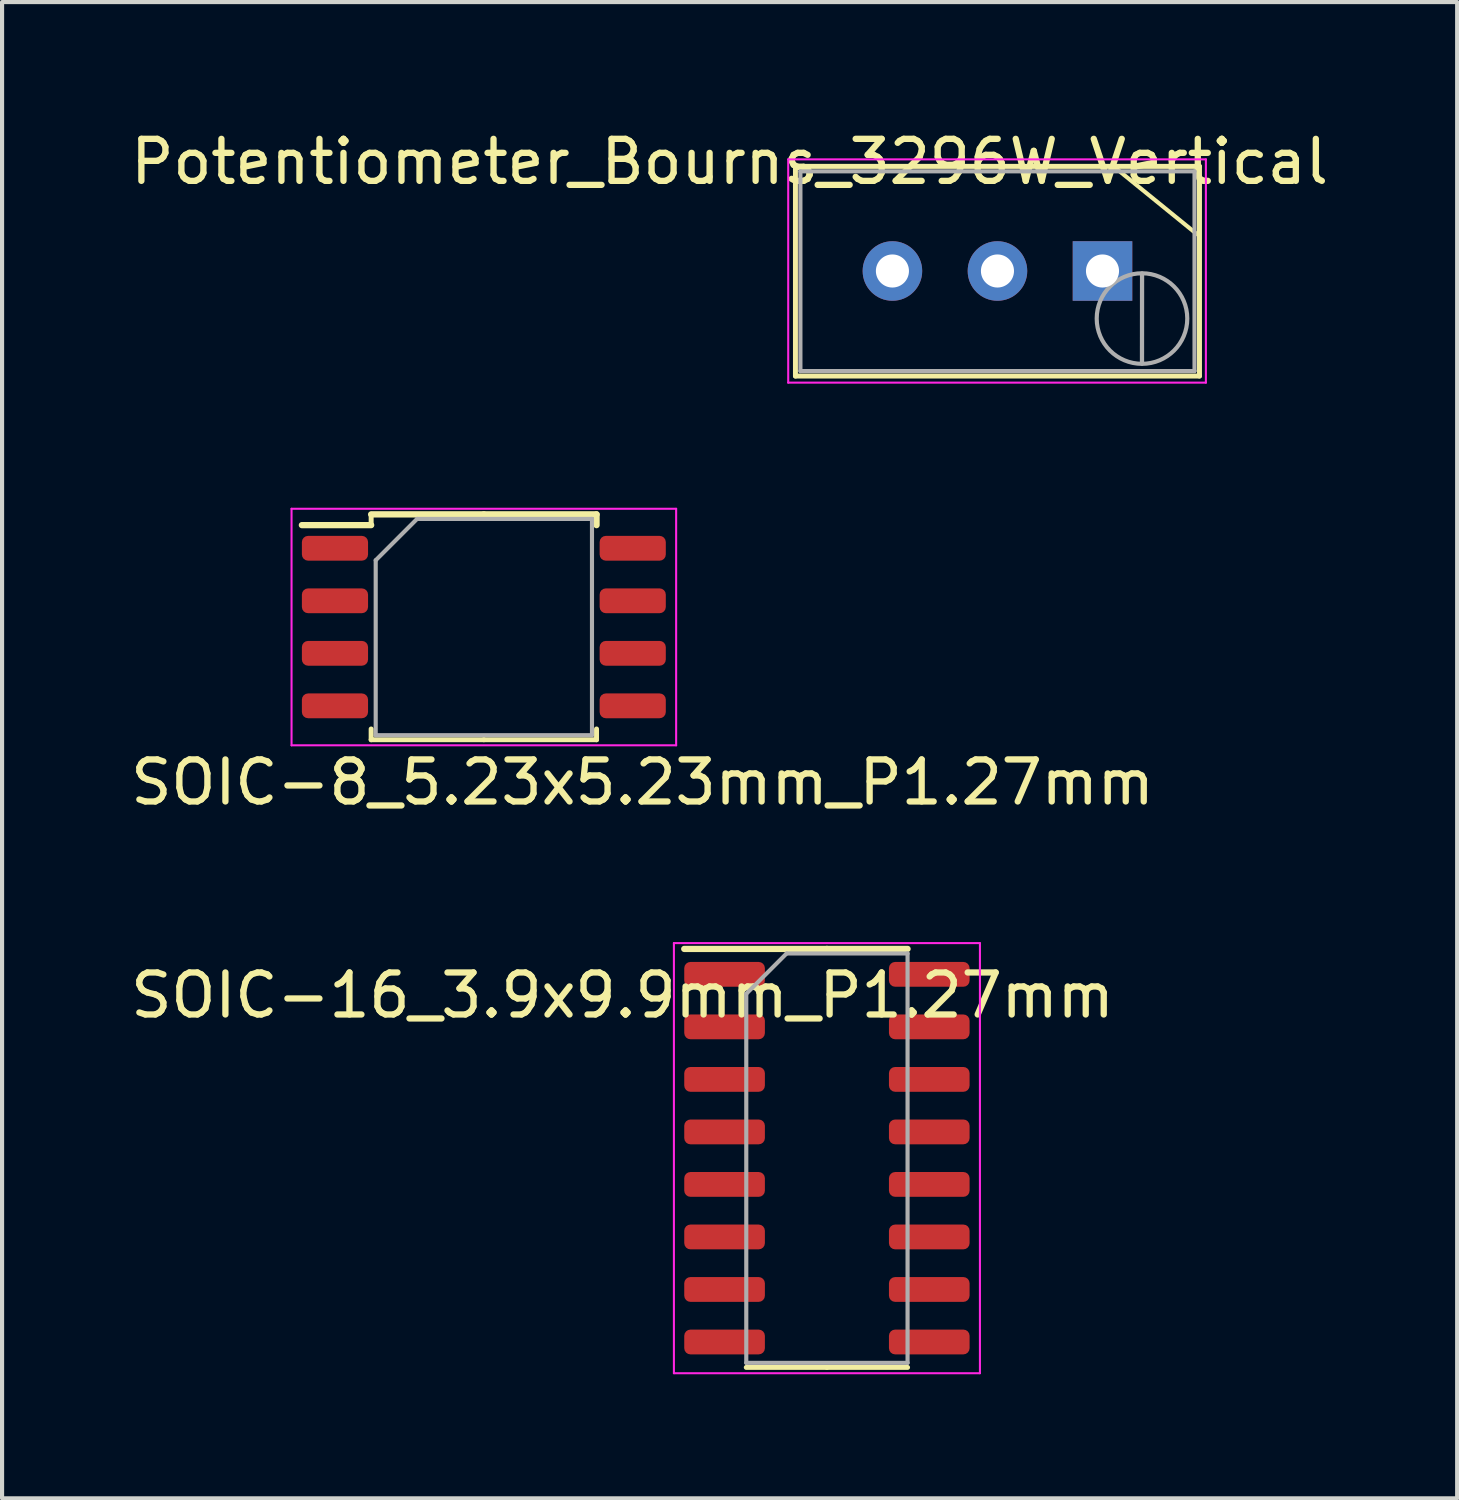
<source format=kicad_pcb>
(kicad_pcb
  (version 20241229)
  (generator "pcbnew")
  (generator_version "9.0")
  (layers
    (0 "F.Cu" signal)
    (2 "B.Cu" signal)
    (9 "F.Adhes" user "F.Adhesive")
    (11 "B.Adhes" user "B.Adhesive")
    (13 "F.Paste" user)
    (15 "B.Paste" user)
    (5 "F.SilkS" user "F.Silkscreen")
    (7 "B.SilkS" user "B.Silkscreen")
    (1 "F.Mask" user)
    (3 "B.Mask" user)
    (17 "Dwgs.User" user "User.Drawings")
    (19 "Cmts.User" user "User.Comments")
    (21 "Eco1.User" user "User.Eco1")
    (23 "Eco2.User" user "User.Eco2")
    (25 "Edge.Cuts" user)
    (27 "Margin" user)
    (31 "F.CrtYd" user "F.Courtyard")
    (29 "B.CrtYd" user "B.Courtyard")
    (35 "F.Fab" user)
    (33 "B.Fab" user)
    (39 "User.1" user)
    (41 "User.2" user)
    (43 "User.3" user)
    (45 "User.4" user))
  (footprint "Potentiometer_Bourns_3296W_Vertical"
    (layer "F.Cu")
    (at 23.61 3.503)
    (property "Reference" "Potentiometer_Bourns_3296W_Vertical" (at -9.017 -2.642 0) (layer "F.SilkS") (effects (font (size 1.016 1.016) (thickness 0.152))))
    (attr through_hole)
    (fp_line (start -7.425 -2.53) (end -7.425 2.54) (stroke (width 0.12) (type solid)) (layer "F.SilkS"))
    (fp_line (start -7.425 -2.53) (end 2.345 -2.53) (stroke (width 0.12) (type solid)) (layer "F.SilkS"))
    (fp_line (start -7.425 2.54) (end 2.345 2.54) (stroke (width 0.12) (type solid)) (layer "F.SilkS"))
    (fp_line (start 0.254 -2.54) (end 2.286 -0.889) (stroke (width 0.1) (type default)) (layer "F.SilkS"))
    (fp_line (start 2.345 -2.53) (end 2.345 2.54) (stroke (width 0.12) (type solid)) (layer "F.SilkS"))
    (fp_line (start -7.6 -2.7) (end -7.6 2.7) (stroke (width 0.05) (type solid)) (layer "F.CrtYd"))
    (fp_line (start -7.6 2.7) (end 2.5 2.7) (stroke (width 0.05) (type solid)) (layer "F.CrtYd"))
    (fp_line (start 2.5 -2.7) (end -7.6 -2.7) (stroke (width 0.05) (type solid)) (layer "F.CrtYd"))
    (fp_line (start 2.5 2.7) (end 2.5 -2.7) (stroke (width 0.05) (type solid)) (layer "F.CrtYd"))
    (fp_line (start -7.305 -2.41) (end -7.305 2.42) (stroke (width 0.1) (type solid)) (layer "F.Fab"))
    (fp_line (start -7.305 2.42) (end 2.225 2.42) (stroke (width 0.1) (type solid)) (layer "F.Fab"))
    (fp_line (start 0.955 2.235) (end 0.956 0.066) (stroke (width 0.1) (type solid)) (layer "F.Fab"))
    (fp_line (start 0.955 2.235) (end 0.956 0.066) (stroke (width 0.1) (type solid)) (layer "F.Fab"))
    (fp_line (start 2.225 -2.41) (end -7.305 -2.41) (stroke (width 0.1) (type solid)) (layer "F.Fab"))
    (fp_line (start 2.225 2.42) (end 2.225 -2.41) (stroke (width 0.1) (type solid)) (layer "F.Fab"))
    (fp_circle (center 0.955 1.15) (end 2.05 1.15) (stroke (width 0.1) (type solid)) (fill no) (layer "F.Fab"))
    (pad "1" thru_hole rect (at 0 0) (size 1.44 1.44) (drill 0.8) (layers "*.Cu" "*.Mask"))
    (pad "2" thru_hole circle (at -2.54 0) (size 1.44 1.44) (drill 0.8) (layers "*.Cu" "*.Mask"))
    (pad "3" thru_hole circle (at -5.08 0) (size 1.44 1.44) (drill 0.8) (layers "*.Cu" "*.Mask")))
  (footprint "SOIC-8_5.23x5.23mm_P1.27mm"
    (layer "F.Cu")
    (at 8.65 12.113)
    (property "Reference" "SOIC-8_5.23x5.23mm_P1.27mm" (at 3.838 3.755 180) (layer "F.SilkS") (effects (font (size 1.016 1.016) (thickness 0.152))))
    (attr smd)
    (fp_line (start -2.725 -2.725) (end -2.725 -2.465) (stroke (width 0.12) (type solid)) (layer "F.SilkS"))
    (fp_line (start -2.725 -2.465) (end -4.4 -2.465) (stroke (width 0.152) (type solid)) (layer "F.SilkS"))
    (fp_line (start -2.725 2.725) (end -2.725 2.465) (stroke (width 0.12) (type solid)) (layer "F.SilkS"))
    (fp_line (start 0 -2.725) (end -2.725 -2.725) (stroke (width 0.152) (type solid)) (layer "F.SilkS"))
    (fp_line (start 0 -2.725) (end 2.725 -2.725) (stroke (width 0.152) (type solid)) (layer "F.SilkS"))
    (fp_line (start 0 2.725) (end -2.725 2.725) (stroke (width 0.12) (type solid)) (layer "F.SilkS"))
    (fp_line (start 0 2.725) (end 2.725 2.725) (stroke (width 0.12) (type solid)) (layer "F.SilkS"))
    (fp_line (start 2.725 -2.725) (end 2.725 -2.465) (stroke (width 0.152) (type solid)) (layer "F.SilkS"))
    (fp_line (start 2.725 2.725) (end 2.725 2.465) (stroke (width 0.12) (type solid)) (layer "F.SilkS"))
    (fp_line (start -4.65 -2.86) (end -4.65 2.86) (stroke (width 0.05) (type solid)) (layer "F.CrtYd"))
    (fp_line (start -4.65 2.86) (end 4.65 2.86) (stroke (width 0.05) (type solid)) (layer "F.CrtYd"))
    (fp_line (start 4.65 -2.86) (end -4.65 -2.86) (stroke (width 0.05) (type solid)) (layer "F.CrtYd"))
    (fp_line (start 4.65 2.86) (end 4.65 -2.86) (stroke (width 0.05) (type solid)) (layer "F.CrtYd"))
    (fp_line (start -2.615 -1.615) (end -1.615 -2.615) (stroke (width 0.1) (type solid)) (layer "F.Fab"))
    (fp_line (start -2.615 2.615) (end -2.615 -1.615) (stroke (width 0.1) (type solid)) (layer "F.Fab"))
    (fp_line (start -1.615 -2.615) (end 2.615 -2.615) (stroke (width 0.1) (type solid)) (layer "F.Fab"))
    (fp_line (start 2.615 -2.615) (end 2.615 2.615) (stroke (width 0.1) (type solid)) (layer "F.Fab"))
    (fp_line (start 2.615 2.615) (end -2.615 2.615) (stroke (width 0.1) (type solid)) (layer "F.Fab"))
    (pad "1" smd roundrect (at -3.6 -1.905) (size 1.6 0.6) (layers "F.Cu" "F.Mask" "F.Paste") (roundrect_rratio 0.25))
    (pad "2" smd roundrect (at -3.6 -0.635) (size 1.6 0.6) (layers "F.Cu" "F.Mask" "F.Paste") (roundrect_rratio 0.25))
    (pad "3" smd roundrect (at -3.6 0.635) (size 1.6 0.6) (layers "F.Cu" "F.Mask" "F.Paste") (roundrect_rratio 0.25))
    (pad "4" smd roundrect (at -3.6 1.905) (size 1.6 0.6) (layers "F.Cu" "F.Mask" "F.Paste") (roundrect_rratio 0.25))
    (pad "5" smd roundrect (at 3.6 1.905) (size 1.6 0.6) (layers "F.Cu" "F.Mask" "F.Paste") (roundrect_rratio 0.25))
    (pad "6" smd roundrect (at 3.6 0.635) (size 1.6 0.6) (layers "F.Cu" "F.Mask" "F.Paste") (roundrect_rratio 0.25))
    (pad "7" smd roundrect (at 3.6 -0.635) (size 1.6 0.6) (layers "F.Cu" "F.Mask" "F.Paste") (roundrect_rratio 0.25))
    (pad "8" smd roundrect (at 3.6 -1.905) (size 1.6 0.6) (layers "F.Cu" "F.Mask" "F.Paste") (roundrect_rratio 0.25)))
  (footprint "SOIC-16_3.9x9.9mm_P1.27mm"
    (layer "F.Cu")
    (at 16.946 24.956)
    (property "Reference" "SOIC-16_3.9x9.9mm_P1.27mm" (at -4.942 -3.937 0) (layer "F.SilkS") (effects (font (size 1.016 1.016) (thickness 0.152))))
    (attr smd)
    (fp_line (start 0 -5.06) (end -3.45 -5.06) (stroke (width 0.152) (type solid)) (layer "F.SilkS"))
    (fp_line (start 0 -5.06) (end 1.95 -5.06) (stroke (width 0.152) (type solid)) (layer "F.SilkS"))
    (fp_line (start 0 5.06) (end -1.95 5.06) (stroke (width 0.12) (type solid)) (layer "F.SilkS"))
    (fp_line (start 0 5.06) (end 1.95 5.06) (stroke (width 0.12) (type solid)) (layer "F.SilkS"))
    (fp_line (start -3.7 -5.2) (end -3.7 5.2) (stroke (width 0.05) (type solid)) (layer "F.CrtYd"))
    (fp_line (start -3.7 5.2) (end 3.7 5.2) (stroke (width 0.05) (type solid)) (layer "F.CrtYd"))
    (fp_line (start 3.7 -5.2) (end -3.7 -5.2) (stroke (width 0.05) (type solid)) (layer "F.CrtYd"))
    (fp_line (start 3.7 5.2) (end 3.7 -5.2) (stroke (width 0.05) (type solid)) (layer "F.CrtYd"))
    (fp_line (start -1.95 -3.975) (end -0.975 -4.95) (stroke (width 0.1) (type solid)) (layer "F.Fab"))
    (fp_line (start -1.95 4.95) (end -1.95 -3.975) (stroke (width 0.1) (type solid)) (layer "F.Fab"))
    (fp_line (start -0.975 -4.95) (end 1.95 -4.95) (stroke (width 0.1) (type solid)) (layer "F.Fab"))
    (fp_line (start 1.95 -4.95) (end 1.95 4.95) (stroke (width 0.1) (type solid)) (layer "F.Fab"))
    (fp_line (start 1.95 4.95) (end -1.95 4.95) (stroke (width 0.1) (type solid)) (layer "F.Fab"))
    (pad "1" smd roundrect (at -2.475 -4.445) (size 1.95 0.6) (layers "F.Cu" "F.Mask" "F.Paste") (roundrect_rratio 0.25))
    (pad "2" smd roundrect (at -2.475 -3.175) (size 1.95 0.6) (layers "F.Cu" "F.Mask" "F.Paste") (roundrect_rratio 0.25))
    (pad "3" smd roundrect (at -2.475 -1.905) (size 1.95 0.6) (layers "F.Cu" "F.Mask" "F.Paste") (roundrect_rratio 0.25))
    (pad "4" smd roundrect (at -2.475 -0.635) (size 1.95 0.6) (layers "F.Cu" "F.Mask" "F.Paste") (roundrect_rratio 0.25))
    (pad "5" smd roundrect (at -2.475 0.635) (size 1.95 0.6) (layers "F.Cu" "F.Mask" "F.Paste") (roundrect_rratio 0.25))
    (pad "6" smd roundrect (at -2.475 1.905) (size 1.95 0.6) (layers "F.Cu" "F.Mask" "F.Paste") (roundrect_rratio 0.25))
    (pad "7" smd roundrect (at -2.475 3.175) (size 1.95 0.6) (layers "F.Cu" "F.Mask" "F.Paste") (roundrect_rratio 0.25))
    (pad "8" smd roundrect (at -2.475 4.445) (size 1.95 0.6) (layers "F.Cu" "F.Mask" "F.Paste") (roundrect_rratio 0.25))
    (pad "9" smd roundrect (at 2.475 4.445) (size 1.95 0.6) (layers "F.Cu" "F.Mask" "F.Paste") (roundrect_rratio 0.25))
    (pad "10" smd roundrect (at 2.475 3.175) (size 1.95 0.6) (layers "F.Cu" "F.Mask" "F.Paste") (roundrect_rratio 0.25))
    (pad "11" smd roundrect (at 2.475 1.905) (size 1.95 0.6) (layers "F.Cu" "F.Mask" "F.Paste") (roundrect_rratio 0.25))
    (pad "12" smd roundrect (at 2.475 0.635) (size 1.95 0.6) (layers "F.Cu" "F.Mask" "F.Paste") (roundrect_rratio 0.25))
    (pad "13" smd roundrect (at 2.475 -0.635) (size 1.95 0.6) (layers "F.Cu" "F.Mask" "F.Paste") (roundrect_rratio 0.25))
    (pad "14" smd roundrect (at 2.475 -1.905) (size 1.95 0.6) (layers "F.Cu" "F.Mask" "F.Paste") (roundrect_rratio 0.25))
    (pad "15" smd roundrect (at 2.475 -3.175) (size 1.95 0.6) (layers "F.Cu" "F.Mask" "F.Paste") (roundrect_rratio 0.25))
    (pad "16" smd roundrect (at 2.475 -4.445) (size 1.95 0.6) (layers "F.Cu" "F.Mask" "F.Paste") (roundrect_rratio 0.25)))
  (gr_rect
    (start -3 -3)
    (end 32.186 33.181)
    (stroke (width 0.1) (type default))
    (fill no)
    (layer "Edge.Cuts")))
</source>
